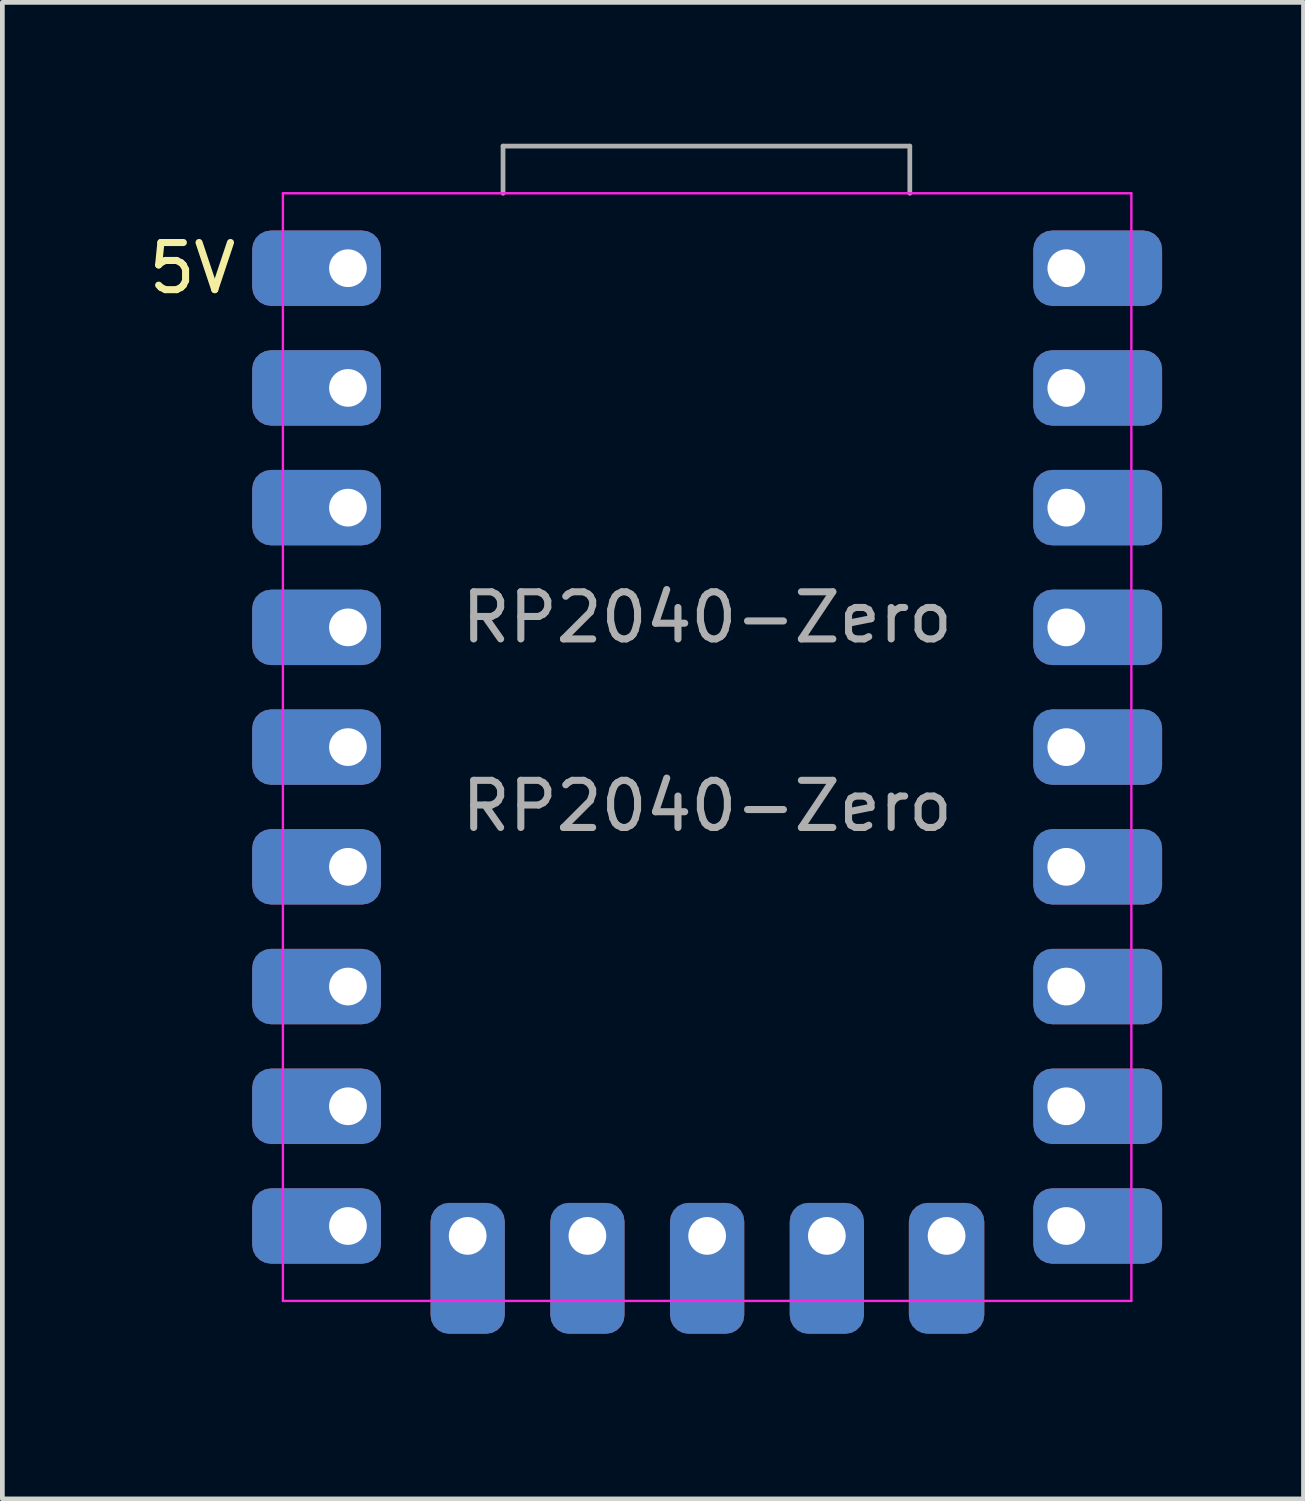
<source format=kicad_pcb>
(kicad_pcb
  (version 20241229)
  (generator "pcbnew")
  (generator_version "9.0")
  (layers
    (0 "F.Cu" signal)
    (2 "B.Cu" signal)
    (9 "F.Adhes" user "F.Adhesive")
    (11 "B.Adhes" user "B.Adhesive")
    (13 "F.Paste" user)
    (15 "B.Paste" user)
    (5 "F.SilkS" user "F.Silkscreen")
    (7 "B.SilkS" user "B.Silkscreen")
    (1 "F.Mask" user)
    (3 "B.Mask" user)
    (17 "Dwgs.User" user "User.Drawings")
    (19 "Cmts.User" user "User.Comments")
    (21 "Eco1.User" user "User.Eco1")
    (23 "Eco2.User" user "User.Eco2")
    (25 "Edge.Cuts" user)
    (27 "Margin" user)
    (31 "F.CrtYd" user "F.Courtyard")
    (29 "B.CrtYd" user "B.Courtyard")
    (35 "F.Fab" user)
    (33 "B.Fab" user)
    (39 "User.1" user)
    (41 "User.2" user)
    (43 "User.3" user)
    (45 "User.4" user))
  (footprint "RP2040-Zero"
    (layer "F.Cu")
    (at 1.792 25.5)
    (property "Reference" "RP2040-Zero" (at 10.16 -15.45 0) (unlocked yes) (layer "F.Fab") (effects (font (size 1 1) (thickness 0.15))))
    (attr through_hole)
    (fp_line (start 1.16 -24.45) (end 19.16 -24.45) (stroke (width 0.05) (type solid)) (layer "F.CrtYd"))
    (fp_line (start 1.16 -0.95) (end 1.16 -24.45) (stroke (width 0.05) (type solid)) (layer "F.CrtYd"))
    (fp_line (start 19.16 -24.45) (end 19.16 -0.95) (stroke (width 0.05) (type solid)) (layer "F.CrtYd"))
    (fp_line (start 19.16 -0.95) (end 1.16 -0.95) (stroke (width 0.05) (type solid)) (layer "F.CrtYd"))
    (fp_line (start 5.83 -25.45) (end 5.83 -24.45) (stroke (width 0.1) (type solid)) (layer "F.Fab"))
    (fp_line (start 5.83 -25.45) (end 14.46 -25.45) (stroke (width 0.1) (type solid)) (layer "F.Fab"))
    (fp_line (start 14.46 -25.45) (end 14.46 -24.45) (stroke (width 0.1) (type solid)) (layer "F.Fab"))
    (fp_text user "5V" (at -0.762 -22.86 0) (unlocked yes) (layer "F.SilkS") (effects (font (size 1 1) (thickness 0.15))))
    (fp_text user "${REFERENCE}" (at 10.16 -11.45 0) (unlocked yes) (layer "F.Fab") (effects (font (size 1 1) (thickness 0.15))))
    (pad "" smd circle (at 2.54 -22.86) (size 1.219 1.219) (layers "B.Adhes"))
    (pad "" smd circle (at 2.54 -20.32) (size 1.219 1.219) (layers "B.Adhes"))
    (pad "" smd circle (at 2.54 -17.78) (size 1.219 1.219) (layers "B.Adhes"))
    (pad "" smd circle (at 2.54 -15.24) (size 1.219 1.219) (layers "B.Adhes"))
    (pad "" smd circle (at 2.54 -12.7) (size 1.219 1.219) (layers "B.Adhes"))
    (pad "" smd circle (at 2.54 -10.16) (size 1.219 1.219) (layers "B.Adhes"))
    (pad "" smd circle (at 2.54 -7.62) (size 1.223 1.223) (layers "B.Adhes"))
    (pad "" smd circle (at 2.54 -5.08) (size 1.219 1.219) (layers "B.Adhes"))
    (pad "" smd circle (at 2.54 -2.54) (size 1.223 1.223) (layers "B.Adhes"))
    (pad "" smd circle (at 5.08 -2.337) (size 1.219 1.219) (layers "B.Adhes"))
    (pad "" smd circle (at 7.62 -2.337) (size 1.219 1.219) (layers "B.Adhes"))
    (pad "" smd circle (at 10.16 -2.337) (size 1.219 1.219) (layers "B.Adhes"))
    (pad "" smd circle (at 12.7 -2.337) (size 1.219 1.219) (layers "B.Adhes"))
    (pad "" smd circle (at 15.24 -2.337) (size 1.219 1.219) (layers "B.Adhes"))
    (pad "" smd circle (at 17.78 -22.86) (size 1.219 1.219) (layers "B.Adhes"))
    (pad "" smd circle (at 17.78 -20.32) (size 1.219 1.219) (layers "B.Adhes"))
    (pad "" smd circle (at 17.78 -17.78) (size 1.219 1.219) (layers "B.Adhes"))
    (pad "" smd circle (at 17.78 -15.24) (size 1.219 1.219) (layers "B.Adhes"))
    (pad "" smd circle (at 17.78 -12.7) (size 1.219 1.219) (layers "B.Adhes"))
    (pad "" smd circle (at 17.78 -10.16) (size 1.219 1.219) (layers "B.Adhes"))
    (pad "" smd circle (at 17.78 -7.62) (size 1.219 1.219) (layers "B.Adhes"))
    (pad "" smd circle (at 17.78 -5.08) (size 1.219 1.219) (layers "B.Adhes"))
    (pad "" smd circle (at 17.78 -2.54) (size 1.219 1.219) (layers "B.Adhes"))
    (pad "1" thru_hole roundrect (at 17.78 -22.86) (size 2.732 1.6) (drill 0.8 (offset 0.666 0)) (layers "*.Cu" "F.Mask") (remove_unused_layers yes) (keep_end_layers yes) (zone_layer_connections) (roundrect_rratio 0.25))
    (pad "2" thru_hole roundrect (at 17.78 -20.32) (size 2.732 1.6) (drill 0.8 (offset 0.666 0)) (layers "*.Cu" "F.Mask") (remove_unused_layers yes) (keep_end_layers yes) (zone_layer_connections) (roundrect_rratio 0.25))
    (pad "3" thru_hole roundrect (at 17.78 -17.78) (size 2.732 1.6) (drill 0.8 (offset 0.666 0)) (layers "*.Cu" "F.Mask") (remove_unused_layers yes) (keep_end_layers yes) (zone_layer_connections) (roundrect_rratio 0.25))
    (pad "4" thru_hole roundrect (at 17.78 -15.24) (size 2.732 1.6) (drill 0.8 (offset 0.666 0)) (layers "*.Cu" "F.Mask") (remove_unused_layers yes) (keep_end_layers yes) (zone_layer_connections) (roundrect_rratio 0.25))
    (pad "5" thru_hole roundrect (at 17.78 -12.7) (size 2.732 1.6) (drill 0.8 (offset 0.666 0)) (layers "*.Cu" "F.Mask") (remove_unused_layers yes) (keep_end_layers yes) (zone_layer_connections) (roundrect_rratio 0.25))
    (pad "6" thru_hole roundrect (at 17.78 -10.16) (size 2.732 1.6) (drill 0.8 (offset 0.666 0)) (layers "*.Cu" "F.Mask") (remove_unused_layers yes) (keep_end_layers yes) (zone_layer_connections) (roundrect_rratio 0.25))
    (pad "7" thru_hole roundrect (at 17.78 -7.62) (size 2.732 1.6) (drill 0.8 (offset 0.666 0)) (layers "*.Cu" "F.Mask") (remove_unused_layers yes) (keep_end_layers yes) (zone_layer_connections) (roundrect_rratio 0.25))
    (pad "8" thru_hole roundrect (at 17.78 -5.08) (size 2.732 1.6) (drill 0.8 (offset 0.666 0)) (layers "*.Cu" "F.Mask") (remove_unused_layers yes) (keep_end_layers yes) (zone_layer_connections) (roundrect_rratio 0.25))
    (pad "9" thru_hole roundrect (at 17.78 -2.54) (size 2.732 1.6) (drill 0.8 (offset 0.666 0)) (layers "*.Cu" "F.Mask") (remove_unused_layers yes) (keep_end_layers yes) (zone_layer_connections) (roundrect_rratio 0.25))
    (pad "10" thru_hole roundrect (at 15.24 -2.33) (size 1.6 2.776) (drill 0.8 (offset 0 0.688)) (layers "*.Cu" "F.Mask") (remove_unused_layers yes) (keep_end_layers yes) (zone_layer_connections) (roundrect_rratio 0.25))
    (pad "11" thru_hole roundrect (at 12.7 -2.33) (size 1.575 2.776) (drill 0.8 (offset 0 0.688)) (layers "*.Cu" "F.Mask") (remove_unused_layers yes) (keep_end_layers yes) (zone_layer_connections) (roundrect_rratio 0.25))
    (pad "12" thru_hole roundrect (at 10.16 -2.33) (size 1.575 2.776) (drill 0.8 (offset 0 0.688)) (layers "*.Cu" "F.Mask") (remove_unused_layers yes) (keep_end_layers yes) (zone_layer_connections) (roundrect_rratio 0.25))
    (pad "13" thru_hole roundrect (at 7.62 -2.33) (size 1.575 2.776) (drill 0.8 (offset 0 0.688)) (layers "*.Cu" "F.Mask") (remove_unused_layers yes) (keep_end_layers yes) (zone_layer_connections) (roundrect_rratio 0.25))
    (pad "14" thru_hole roundrect (at 5.08 -2.33) (size 1.575 2.776) (drill 0.8 (offset 0 0.688)) (layers "*.Cu" "F.Mask") (remove_unused_layers yes) (keep_end_layers yes) (zone_layer_connections) (roundrect_rratio 0.25))
    (pad "15" thru_hole roundrect (at 2.54 -2.54) (size 2.732 1.6) (drill 0.8 (offset -0.666 0)) (layers "*.Cu" "F.Mask") (remove_unused_layers yes) (keep_end_layers yes) (zone_layer_connections) (roundrect_rratio 0.25))
    (pad "16" thru_hole roundrect (at 2.54 -5.08) (size 2.732 1.6) (drill 0.8 (offset -0.666 0)) (layers "*.Cu" "F.Mask") (remove_unused_layers yes) (keep_end_layers yes) (zone_layer_connections) (roundrect_rratio 0.25))
    (pad "17" thru_hole roundrect (at 2.54 -7.62) (size 2.732 1.6) (drill 0.8 (offset -0.666 0)) (layers "*.Cu" "F.Mask") (remove_unused_layers yes) (keep_end_layers yes) (zone_layer_connections) (roundrect_rratio 0.25))
    (pad "18" thru_hole roundrect (at 2.54 -10.16) (size 2.732 1.6) (drill 0.8 (offset -0.666 0)) (layers "*.Cu" "F.Mask") (remove_unused_layers yes) (keep_end_layers yes) (zone_layer_connections) (roundrect_rratio 0.25))
    (pad "19" thru_hole roundrect (at 2.54 -12.7) (size 2.732 1.6) (drill 0.8 (offset -0.666 0)) (layers "*.Cu" "F.Mask") (remove_unused_layers yes) (keep_end_layers yes) (zone_layer_connections) (roundrect_rratio 0.25))
    (pad "20" thru_hole roundrect (at 2.54 -15.24) (size 2.732 1.6) (drill 0.8 (offset -0.666 0)) (layers "*.Cu" "F.Mask") (remove_unused_layers yes) (keep_end_layers yes) (zone_layer_connections) (roundrect_rratio 0.25))
    (pad "21" thru_hole roundrect (at 2.54 -17.78) (size 2.732 1.6) (drill 0.8 (offset -0.666 0)) (layers "*.Cu" "F.Mask") (remove_unused_layers yes) (keep_end_layers yes) (zone_layer_connections) (roundrect_rratio 0.25))
    (pad "22" thru_hole roundrect (at 2.54 -20.32) (size 2.732 1.6) (drill 0.8 (offset -0.666 0)) (layers "*.Cu" "F.Mask") (remove_unused_layers yes) (keep_end_layers yes) (zone_layer_connections) (roundrect_rratio 0.25))
    (pad "23" thru_hole roundrect (at 2.54 -22.86) (size 2.732 1.6) (drill 0.8 (offset -0.666 0)) (layers "*.Cu" "F.Mask") (remove_unused_layers yes) (keep_end_layers yes) (zone_layer_connections) (roundrect_rratio 0.25)))
  (gr_rect
    (start -3 -3)
    (end 24.604 28.75)
    (stroke (width 0.1) (type default))
    (fill no)
    (layer "Edge.Cuts")))
</source>
